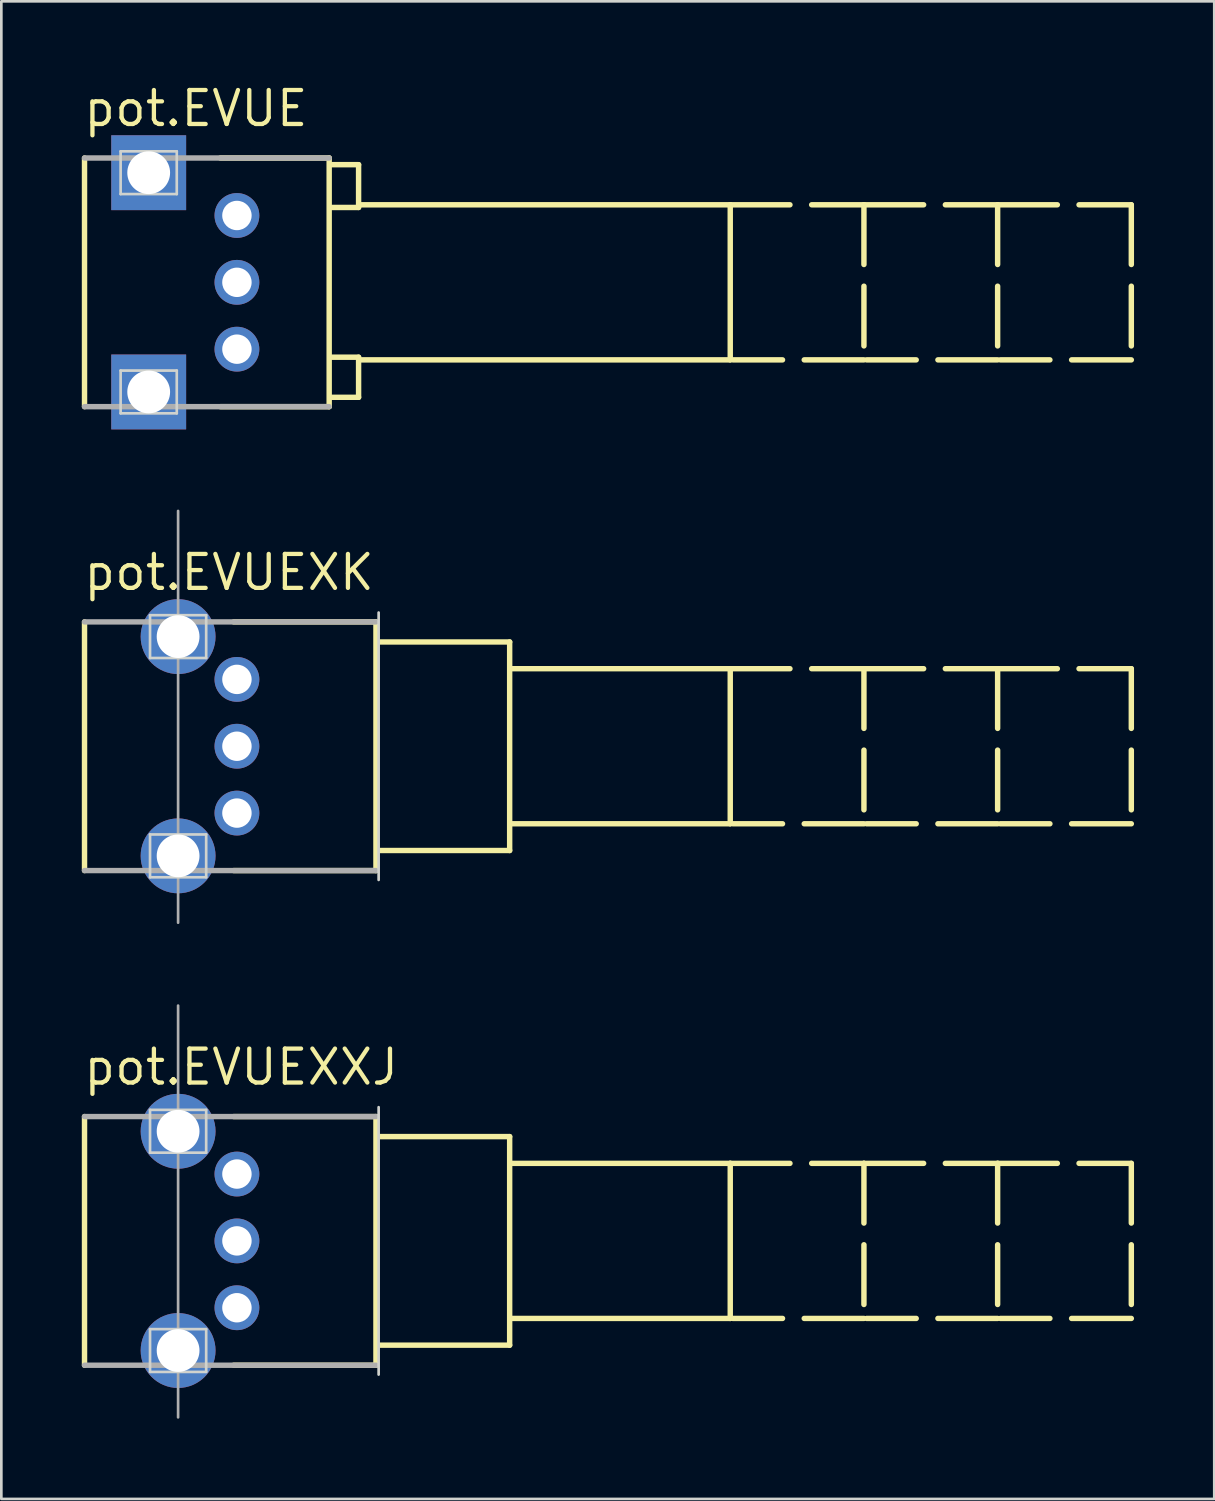
<source format=kicad_pcb>
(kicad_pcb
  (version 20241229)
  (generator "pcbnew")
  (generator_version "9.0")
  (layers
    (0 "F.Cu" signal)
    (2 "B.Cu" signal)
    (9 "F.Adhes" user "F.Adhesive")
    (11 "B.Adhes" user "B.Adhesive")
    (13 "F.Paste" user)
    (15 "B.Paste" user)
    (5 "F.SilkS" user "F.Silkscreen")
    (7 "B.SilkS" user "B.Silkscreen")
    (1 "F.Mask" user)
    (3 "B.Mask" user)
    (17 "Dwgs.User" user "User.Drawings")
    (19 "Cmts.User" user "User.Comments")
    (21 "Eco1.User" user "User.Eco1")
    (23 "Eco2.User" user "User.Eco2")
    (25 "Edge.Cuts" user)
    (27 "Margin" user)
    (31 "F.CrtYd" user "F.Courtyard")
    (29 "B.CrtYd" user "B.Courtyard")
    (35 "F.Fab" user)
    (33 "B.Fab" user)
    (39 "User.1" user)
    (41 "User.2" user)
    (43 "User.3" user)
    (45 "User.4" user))
  (footprint "pot.EVUEXXJ"
    (layer "F.Cu")
    (at 5.811 43.359)
    (property "Reference" "pot.EVUEXXJ" (at -5.811 -5.759 0) (layer "F.SilkS") (effects (font (size 1.27 1.27) (thickness 0.16)) (justify left bottom)))
    (attr through_hole)
    (fp_line (start -5.7 4.65) (end -5.7 -4.65) (stroke (width 0.203) (type default)) (layer "F.SilkS"))
    (fp_line (start -0.12 -4.65) (end 5.2 -4.65) (stroke (width 0.203) (type default)) (layer "F.SilkS"))
    (fp_line (start 5.2 -4.65) (end 5.2 4.65) (stroke (width 0.203) (type default)) (layer "F.SilkS"))
    (fp_line (start 5.2 4.65) (end -0.12 4.65) (stroke (width 0.203) (type default)) (layer "F.SilkS"))
    (fp_line (start 5.3 -3.9) (end 10.2 -3.9) (stroke (width 0.203) (type default)) (layer "F.SilkS"))
    (fp_line (start 10.2 -3.9) (end 10.2 3.9) (stroke (width 0.203) (type default)) (layer "F.SilkS"))
    (fp_line (start 10.2 3.9) (end 5.3 3.9) (stroke (width 0.203) (type default)) (layer "F.SilkS"))
    (fp_line (start 10.3 -2.9) (end 18.45 -2.9) (stroke (width 0.203) (type default)) (layer "F.SilkS"))
    (fp_line (start 18.45 -2.9) (end 18.45 2.9) (stroke (width 0.203) (type default)) (layer "F.SilkS"))
    (fp_line (start 18.45 -2.9) (end 23.45 -2.9) (stroke (width 0.203) (type dash)) (layer "F.SilkS"))
    (fp_line (start 18.45 2.9) (end 10.3 2.9) (stroke (width 0.203) (type default)) (layer "F.SilkS"))
    (fp_line (start 23.45 -2.9) (end 23.45 2.9) (stroke (width 0.203) (type dash)) (layer "F.SilkS"))
    (fp_line (start 23.45 -2.9) (end 28.45 -2.9) (stroke (width 0.203) (type dash)) (layer "F.SilkS"))
    (fp_line (start 23.45 2.9) (end 18.55 2.9) (stroke (width 0.203) (type dash)) (layer "F.SilkS"))
    (fp_line (start 28.45 -2.9) (end 28.45 2.9) (stroke (width 0.203) (type dash)) (layer "F.SilkS"))
    (fp_line (start 28.45 -2.9) (end 33.45 -2.9) (stroke (width 0.203) (type dash)) (layer "F.SilkS"))
    (fp_line (start 28.45 2.9) (end 23.55 2.9) (stroke (width 0.203) (type dash)) (layer "F.SilkS"))
    (fp_line (start 33.45 -2.9) (end 33.45 2.9) (stroke (width 0.203) (type dash)) (layer "F.SilkS"))
    (fp_line (start 33.45 2.9) (end 28.55 2.9) (stroke (width 0.203) (type dash)) (layer "F.SilkS"))
    (fp_line (start -3.25 -4.9) (end -3.25 -3.3) (stroke (width 0.1) (type default)) (layer "Edge.Cuts"))
    (fp_line (start -3.25 -4.9) (end -1.15 -4.9) (stroke (width 0.1) (type default)) (layer "Edge.Cuts"))
    (fp_line (start -3.25 3.3) (end -3.25 4.9) (stroke (width 0.1) (type default)) (layer "Edge.Cuts"))
    (fp_line (start -3.25 3.3) (end -1.15 3.3) (stroke (width 0.1) (type default)) (layer "Edge.Cuts"))
    (fp_line (start -1.15 -4.9) (end -1.15 -3.3) (stroke (width 0.1) (type default)) (layer "Edge.Cuts"))
    (fp_line (start -1.15 -3.3) (end -3.25 -3.3) (stroke (width 0.1) (type default)) (layer "Edge.Cuts"))
    (fp_line (start -1.15 3.3) (end -1.15 4.9) (stroke (width 0.1) (type default)) (layer "Edge.Cuts"))
    (fp_line (start -1.15 4.9) (end -3.25 4.9) (stroke (width 0.1) (type default)) (layer "Edge.Cuts"))
    (fp_line (start 5.3 -5) (end 5.3 5) (stroke (width 0.1) (type default)) (layer "Edge.Cuts"))
    (fp_line (start -5.7 -4.65) (end 5.2 -4.65) (stroke (width 0.203) (type default)) (layer "F.Fab"))
    (fp_line (start -2.2 -8.8) (end -2.2 6.6) (stroke (width 0.1) (type default)) (layer "F.Fab"))
    (fp_line (start 5.2 4.65) (end -5.7 4.65) (stroke (width 0.203) (type default)) (layer "F.Fab"))
    (pad "1" thru_hole circle (at 0 2.5) (size 1.676 1.676) (drill 1.1) (layers "*.Cu" "*.Mask"))
    (pad "2" thru_hole circle (at 0 0) (size 1.676 1.676) (drill 1.1) (layers "*.Cu" "*.Mask"))
    (pad "3" thru_hole circle (at 0 -2.5) (size 1.676 1.676) (drill 1.1) (layers "*.Cu" "*.Mask"))
    (pad "M1" thru_hole circle (at -2.2 -4.1) (size 2.8 2.8) (drill 1.6) (layers "*.Cu" "*.Mask"))
    (pad "M2" thru_hole circle (at -2.2 4.1) (size 2.8 2.8) (drill 1.6) (layers "*.Cu" "*.Mask")))
  (footprint "pot.EVUE"
    (layer "F.Cu")
    (at 5.811 7.509)
    (property "Reference" "pot.EVUE" (at -5.811 -5.759 0) (layer "F.SilkS") (effects (font (size 1.27 1.27) (thickness 0.16)) (justify left bottom)))
    (attr through_hole)
    (fp_line (start -5.7 4.65) (end -5.7 -4.65) (stroke (width 0.203) (type default)) (layer "F.SilkS"))
    (fp_line (start -0.62 -4.65) (end 3.45 -4.65) (stroke (width 0.203) (type default)) (layer "F.SilkS"))
    (fp_line (start 3.45 -4.65) (end 3.45 4.65) (stroke (width 0.203) (type default)) (layer "F.SilkS"))
    (fp_line (start 3.45 4.65) (end -0.62 4.65) (stroke (width 0.203) (type default)) (layer "F.SilkS"))
    (fp_line (start 3.55 -4.4) (end 4.55 -4.4) (stroke (width 0.203) (type default)) (layer "F.SilkS"))
    (fp_line (start 3.55 4.3) (end 4.55 4.3) (stroke (width 0.203) (type default)) (layer "F.SilkS"))
    (fp_line (start 4.55 -4.4) (end 4.55 -2.8) (stroke (width 0.203) (type default)) (layer "F.SilkS"))
    (fp_line (start 4.55 -2.8) (end 3.55 -2.8) (stroke (width 0.203) (type default)) (layer "F.SilkS"))
    (fp_line (start 4.55 2.8) (end 3.55 2.8) (stroke (width 0.203) (type default)) (layer "F.SilkS"))
    (fp_line (start 4.55 4.3) (end 4.55 2.8) (stroke (width 0.203) (type default)) (layer "F.SilkS"))
    (fp_line (start 4.65 -2.9) (end 18.45 -2.9) (stroke (width 0.203) (type default)) (layer "F.SilkS"))
    (fp_line (start 18.45 -2.9) (end 18.45 2.9) (stroke (width 0.203) (type default)) (layer "F.SilkS"))
    (fp_line (start 18.45 -2.9) (end 23.45 -2.9) (stroke (width 0.203) (type dash)) (layer "F.SilkS"))
    (fp_line (start 18.45 2.9) (end 4.65 2.9) (stroke (width 0.203) (type default)) (layer "F.SilkS"))
    (fp_line (start 23.45 -2.9) (end 23.45 2.9) (stroke (width 0.203) (type dash)) (layer "F.SilkS"))
    (fp_line (start 23.45 -2.9) (end 28.45 -2.9) (stroke (width 0.203) (type dash)) (layer "F.SilkS"))
    (fp_line (start 23.45 2.9) (end 18.55 2.9) (stroke (width 0.203) (type dash)) (layer "F.SilkS"))
    (fp_line (start 28.45 -2.9) (end 28.45 2.9) (stroke (width 0.203) (type dash)) (layer "F.SilkS"))
    (fp_line (start 28.45 -2.9) (end 33.45 -2.9) (stroke (width 0.203) (type dash)) (layer "F.SilkS"))
    (fp_line (start 28.45 2.9) (end 23.55 2.9) (stroke (width 0.203) (type dash)) (layer "F.SilkS"))
    (fp_line (start 33.45 -2.9) (end 33.45 2.9) (stroke (width 0.203) (type dash)) (layer "F.SilkS"))
    (fp_line (start 33.45 2.9) (end 28.55 2.9) (stroke (width 0.203) (type dash)) (layer "F.SilkS"))
    (fp_line (start -4.35 -4.9) (end -4.35 -3.3) (stroke (width 0.1) (type default)) (layer "Edge.Cuts"))
    (fp_line (start -4.35 -4.9) (end -2.25 -4.9) (stroke (width 0.1) (type default)) (layer "Edge.Cuts"))
    (fp_line (start -4.35 3.3) (end -4.35 4.9) (stroke (width 0.1) (type default)) (layer "Edge.Cuts"))
    (fp_line (start -4.35 3.3) (end -2.25 3.3) (stroke (width 0.1) (type default)) (layer "Edge.Cuts"))
    (fp_line (start -2.25 -4.9) (end -2.25 -3.3) (stroke (width 0.1) (type default)) (layer "Edge.Cuts"))
    (fp_line (start -2.25 -3.3) (end -4.35 -3.3) (stroke (width 0.1) (type default)) (layer "Edge.Cuts"))
    (fp_line (start -2.25 3.3) (end -2.25 4.9) (stroke (width 0.1) (type default)) (layer "Edge.Cuts"))
    (fp_line (start -2.25 4.9) (end -4.35 4.9) (stroke (width 0.1) (type default)) (layer "Edge.Cuts"))
    (fp_line (start -5.7 -4.65) (end 3.45 -4.65) (stroke (width 0.203) (type default)) (layer "F.Fab"))
    (fp_line (start 3.45 4.65) (end -5.7 4.65) (stroke (width 0.203) (type default)) (layer "F.Fab"))
    (pad "1" thru_hole circle (at 0 2.5) (size 1.676 1.676) (drill 1.1) (layers "*.Cu" "*.Mask"))
    (pad "2" thru_hole circle (at 0 0) (size 1.676 1.676) (drill 1.1) (layers "*.Cu" "*.Mask"))
    (pad "3" thru_hole circle (at 0 -2.5) (size 1.676 1.676) (drill 1.1) (layers "*.Cu" "*.Mask"))
    (pad "M1" thru_hole rect (at -3.3 -4.1) (size 2.8 2.8) (drill 1.6) (layers "*.Cu" "*.Mask"))
    (pad "M2" thru_hole rect (at -3.3 4.1) (size 2.8 2.8) (drill 1.6) (layers "*.Cu" "*.Mask")))
  (footprint "pot.EVUEXK"
    (layer "F.Cu")
    (at 5.811 24.859)
    (property "Reference" "pot.EVUEXK" (at -5.811 -5.759 0) (layer "F.SilkS") (effects (font (size 1.27 1.27) (thickness 0.16)) (justify left bottom)))
    (attr through_hole)
    (fp_line (start -5.7 4.65) (end -5.7 -4.65) (stroke (width 0.203) (type default)) (layer "F.SilkS"))
    (fp_line (start -0.12 -4.65) (end 5.2 -4.65) (stroke (width 0.203) (type default)) (layer "F.SilkS"))
    (fp_line (start 5.2 -4.65) (end 5.2 4.65) (stroke (width 0.203) (type default)) (layer "F.SilkS"))
    (fp_line (start 5.2 4.65) (end -0.12 4.65) (stroke (width 0.203) (type default)) (layer "F.SilkS"))
    (fp_line (start 5.3 -3.9) (end 10.2 -3.9) (stroke (width 0.203) (type default)) (layer "F.SilkS"))
    (fp_line (start 10.2 -3.9) (end 10.2 3.9) (stroke (width 0.203) (type default)) (layer "F.SilkS"))
    (fp_line (start 10.2 3.9) (end 5.3 3.9) (stroke (width 0.203) (type default)) (layer "F.SilkS"))
    (fp_line (start 10.3 -2.9) (end 18.45 -2.9) (stroke (width 0.203) (type default)) (layer "F.SilkS"))
    (fp_line (start 18.45 -2.9) (end 18.45 2.9) (stroke (width 0.203) (type default)) (layer "F.SilkS"))
    (fp_line (start 18.45 -2.9) (end 23.45 -2.9) (stroke (width 0.203) (type dash)) (layer "F.SilkS"))
    (fp_line (start 18.45 2.9) (end 10.3 2.9) (stroke (width 0.203) (type default)) (layer "F.SilkS"))
    (fp_line (start 23.45 -2.9) (end 23.45 2.9) (stroke (width 0.203) (type dash)) (layer "F.SilkS"))
    (fp_line (start 23.45 -2.9) (end 28.45 -2.9) (stroke (width 0.203) (type dash)) (layer "F.SilkS"))
    (fp_line (start 23.45 2.9) (end 18.55 2.9) (stroke (width 0.203) (type dash)) (layer "F.SilkS"))
    (fp_line (start 28.45 -2.9) (end 28.45 2.9) (stroke (width 0.203) (type dash)) (layer "F.SilkS"))
    (fp_line (start 28.45 -2.9) (end 33.45 -2.9) (stroke (width 0.203) (type dash)) (layer "F.SilkS"))
    (fp_line (start 28.45 2.9) (end 23.55 2.9) (stroke (width 0.203) (type dash)) (layer "F.SilkS"))
    (fp_line (start 33.45 -2.9) (end 33.45 2.9) (stroke (width 0.203) (type dash)) (layer "F.SilkS"))
    (fp_line (start 33.45 2.9) (end 28.55 2.9) (stroke (width 0.203) (type dash)) (layer "F.SilkS"))
    (fp_line (start -3.25 -4.9) (end -3.25 -3.3) (stroke (width 0.1) (type default)) (layer "Edge.Cuts"))
    (fp_line (start -3.25 -4.9) (end -1.15 -4.9) (stroke (width 0.1) (type default)) (layer "Edge.Cuts"))
    (fp_line (start -3.25 3.3) (end -3.25 4.9) (stroke (width 0.1) (type default)) (layer "Edge.Cuts"))
    (fp_line (start -3.25 3.3) (end -1.15 3.3) (stroke (width 0.1) (type default)) (layer "Edge.Cuts"))
    (fp_line (start -1.15 -4.9) (end -1.15 -3.3) (stroke (width 0.1) (type default)) (layer "Edge.Cuts"))
    (fp_line (start -1.15 -3.3) (end -3.25 -3.3) (stroke (width 0.1) (type default)) (layer "Edge.Cuts"))
    (fp_line (start -1.15 3.3) (end -1.15 4.9) (stroke (width 0.1) (type default)) (layer "Edge.Cuts"))
    (fp_line (start -1.15 4.9) (end -3.25 4.9) (stroke (width 0.1) (type default)) (layer "Edge.Cuts"))
    (fp_line (start 5.3 -5) (end 5.3 5) (stroke (width 0.1) (type default)) (layer "Edge.Cuts"))
    (fp_line (start -5.7 -4.65) (end 5.2 -4.65) (stroke (width 0.203) (type default)) (layer "F.Fab"))
    (fp_line (start -2.2 -8.8) (end -2.2 6.6) (stroke (width 0.1) (type default)) (layer "F.Fab"))
    (fp_line (start 5.2 4.65) (end -5.7 4.65) (stroke (width 0.203) (type default)) (layer "F.Fab"))
    (pad "1" thru_hole circle (at 0 2.5) (size 1.676 1.676) (drill 1.1) (layers "*.Cu" "*.Mask"))
    (pad "2" thru_hole circle (at 0 0) (size 1.676 1.676) (drill 1.1) (layers "*.Cu" "*.Mask"))
    (pad "3" thru_hole circle (at 0 -2.5) (size 1.676 1.676) (drill 1.1) (layers "*.Cu" "*.Mask"))
    (pad "M1" thru_hole circle (at -2.2 -4.1) (size 2.8 2.8) (drill 1.6) (layers "*.Cu" "*.Mask"))
    (pad "M2" thru_hole circle (at -2.2 4.1) (size 2.8 2.8) (drill 1.6) (layers "*.Cu" "*.Mask")))
  (gr_rect
    (start -3 -3)
    (end 42.363 53.009)
    (stroke (width 0.1) (type default))
    (fill no)
    (layer "Edge.Cuts")))
</source>
